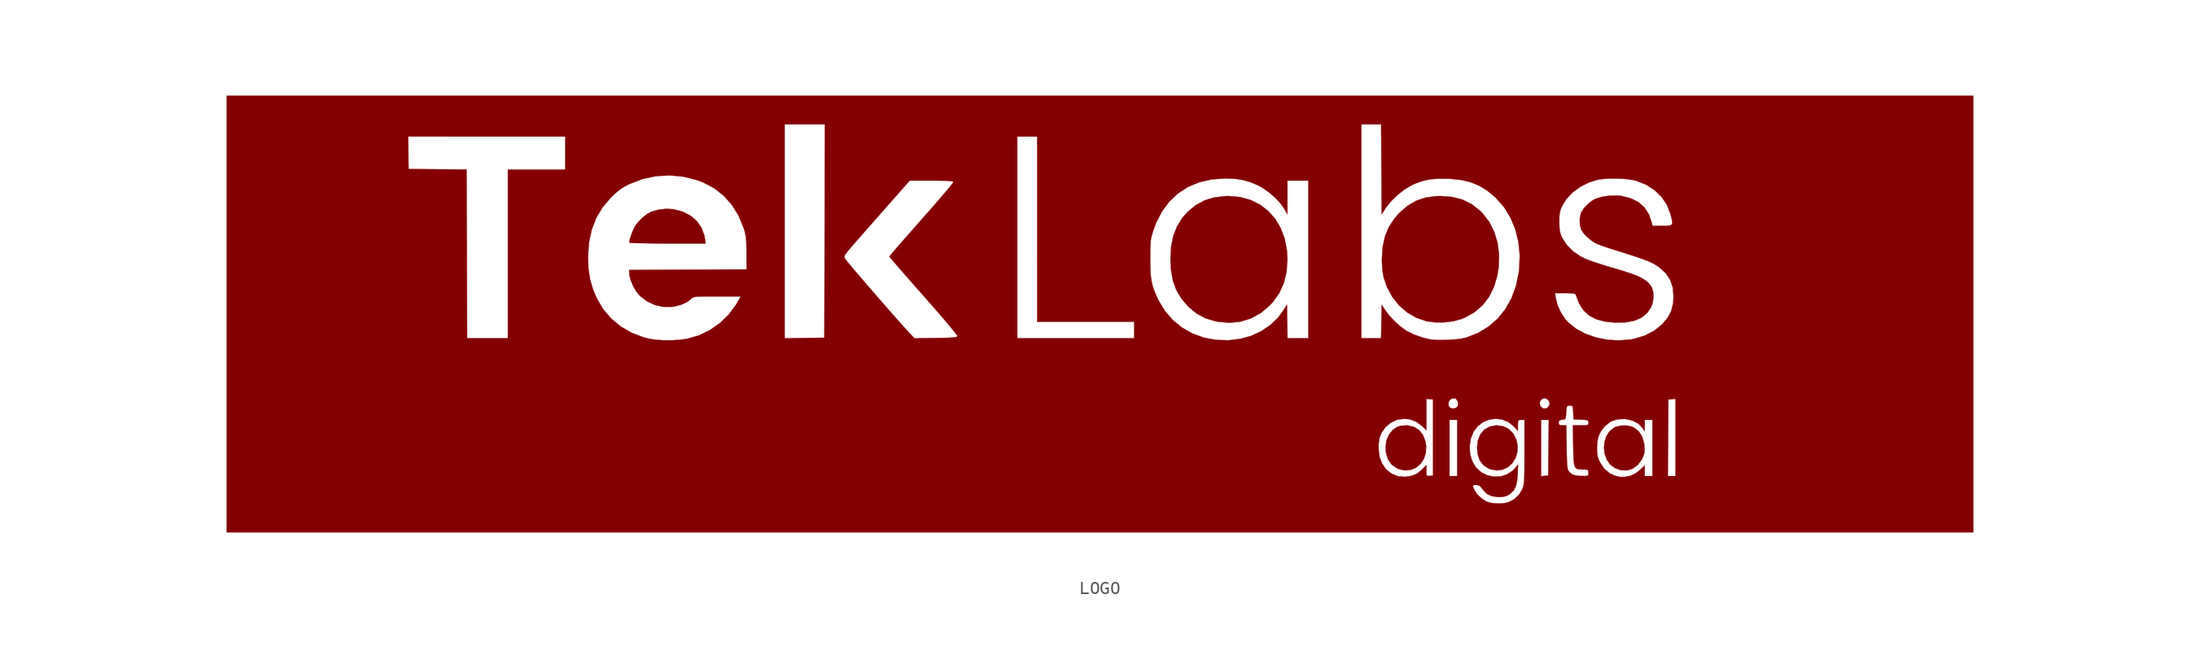
<source format=kicad_sym>
(kicad_symbol_lib
  (version 20210619)
  (generator bitmap2component)
  (symbol "LOGO"
    (pin_names
      (offset 1.016))
    (property "Reference" "#G"
      (at 0 16.129 0)
      (effects (font (size 1.27 1.27)) hide))
    (symbol "LOGO_0_0"
      (polyline (pts (xy 67.056 16.764) (xy -67.056 16.764) (xy -67.056 13.632) (xy -53.128 13.632) (xy -47.096 13.631) (xy -41.063 13.631) (xy -41.063 11.091) (xy -45.466 11.091) (xy -45.466 4.318) (xy -39.316 4.318) (xy -39.316 4.404) (xy -39.239 5.494) (xy -39.028 6.485) (xy -38.68 7.386) (xy -38.191 8.202) (xy -37.559 8.942) (xy -37.226 9.262) (xy -36.888 9.543) (xy -36.549 9.767) (xy -36.153 9.976) (xy -36.103 9.999) (xy -35.113 10.375) (xy -34.081 10.592) (xy -33.025 10.649) (xy -31.965 10.546) (xy -30.919 10.281) (xy -30.474 10.111) (xy -29.628 9.662) (xy -28.891 9.084) (xy -28.265 8.38) (xy -27.755 7.557) (xy -27.365 6.618) (xy -27.311 6.446) (xy -27.241 6.184) (xy -27.194 5.92) (xy -27.165 5.613) (xy -27.15 5.22) (xy -27.144 4.699) (xy -27.136 3.429) (xy -36.153 3.385) (xy -36.153 3.188) (xy -36.13 2.967) (xy -36.022 2.57) (xy -35.847 2.147) (xy -35.628 1.762) (xy -35.303 1.375) (xy -34.792 0.981) (xy -34.198 0.701) (xy -33.555 0.552) (xy -32.898 0.548) (xy -32.621 0.591) (xy -32.129 0.728) (xy -31.707 0.921) (xy -31.405 1.15) (xy -31.339 1.217) (xy -31.266 1.268) (xy -31.164 1.304) (xy -31.01 1.329) (xy -30.78 1.344) (xy -30.451 1.351) (xy -29.999 1.354) (xy -29.402 1.355) (xy -27.591 1.355) (xy -27.81 0.951) (xy -27.934 0.737) (xy -28.487 -0.018) (xy -29.163 -0.677) (xy -29.937 -1.222) (xy -30.785 -1.636) (xy -31.568 -1.866) (xy -24.215 -1.866) (xy -24.215 14.563) (xy -21.124 14.563) (xy 20.066 14.563) (xy 21.588 14.563) (xy 21.632 7.666) (xy 21.914 8.105) (xy 21.991 8.219) (xy 22.375 8.684) (xy 22.851 9.145) (xy 23.364 9.551) (xy 23.859 9.855) (xy 24.207 10.018) (xy 24.766 10.22) (xy 25.342 10.345) (xy 25.981 10.399) (xy 26.733 10.392) (xy 26.878 10.385) (xy 27.731 10.297) (xy 28.47 10.123) (xy 29.132 9.85) (xy 29.753 9.463) (xy 30.368 8.948) (xy 30.396 8.921) (xy 31.02 8.214) (xy 31.521 7.402) (xy 31.894 6.5) (xy 32.133 5.527) (xy 32.233 4.496) (xy 32.188 3.425) (xy 32.161 3.205) (xy 31.946 2.165) (xy 31.743 1.609) (xy 34.944 1.609) (xy 35.72 1.609) (xy 35.875 1.608) (xy 36.235 1.593) (xy 36.447 1.559) (xy 36.527 1.503) (xy 36.536 1.472) (xy 36.787 0.816) (xy 37.123 0.291) (xy 37.555 -0.11) (xy 38.096 -0.396) (xy 38.757 -0.576) (xy 39.55 -0.658) (xy 40.34 -0.642) (xy 41.007 -0.522) (xy 41.553 -0.293) (xy 41.984 0.047) (xy 42.306 0.5) (xy 42.431 0.832) (xy 42.499 1.259) (xy 42.484 1.676) (xy 42.383 2.015) (xy 42.316 2.134) (xy 42.146 2.359) (xy 41.921 2.561) (xy 41.623 2.75) (xy 41.234 2.935) (xy 40.734 3.125) (xy 40.105 3.33) (xy 39.329 3.559) (xy 38.91 3.682) (xy 38.379 3.848) (xy 37.889 4.011) (xy 37.481 4.158) (xy 37.195 4.275) (xy 36.905 4.424) (xy 36.322 4.824) (xy 35.843 5.301) (xy 35.502 5.825) (xy 35.482 5.866) (xy 35.373 6.122) (xy 35.309 6.367) (xy 35.277 6.66) (xy 35.268 7.063) (xy 35.267 7.14) (xy 35.276 7.521) (xy 35.309 7.803) (xy 35.377 8.048) (xy 35.491 8.317) (xy 35.826 8.853) (xy 36.303 9.351) (xy 36.886 9.776) (xy 37.546 10.107) (xy 38.252 10.321) (xy 38.399 10.347) (xy 38.876 10.393) (xy 39.433 10.409) (xy 40.009 10.396) (xy 40.542 10.354) (xy 40.971 10.284) (xy 41.218 10.218) (xy 41.959 9.92) (xy 42.604 9.502) (xy 43.138 8.978) (xy 43.545 8.361) (xy 43.81 7.666) (xy 43.895 7.335) (xy 43.947 7.056) (xy 43.921 6.889) (xy 43.799 6.806) (xy 43.559 6.777) (xy 43.182 6.773) (xy 42.421 6.773) (xy 42.37 7.006) (xy 42.157 7.64) (xy 41.817 8.171) (xy 41.355 8.586) (xy 40.772 8.883) (xy 40.069 9.062) (xy 39.731 9.096) (xy 39.137 9.086) (xy 38.554 9.002) (xy 38.056 8.853) (xy 37.788 8.703) (xy 37.456 8.439) (xy 37.162 8.132) (xy 36.966 7.838) (xy 36.918 7.719) (xy 36.842 7.315) (xy 36.85 6.879) (xy 36.944 6.495) (xy 37.114 6.226) (xy 37.39 5.93) (xy 37.726 5.65) (xy 38.075 5.431) (xy 38.272 5.346) (xy 38.593 5.226) (xy 38.988 5.09) (xy 39.412 4.955) (xy 39.92 4.798) (xy 40.621 4.577) (xy 41.191 4.39) (xy 41.648 4.232) (xy 42.012 4.094) (xy 42.301 3.969) (xy 42.536 3.852) (xy 42.734 3.733) (xy 42.973 3.568) (xy 43.456 3.124) (xy 43.788 2.62) (xy 43.981 2.037) (xy 44.043 1.355) (xy 44.014 0.848) (xy 43.872 0.252) (xy 43.596 -0.28) (xy 43.171 -0.785) (xy 42.573 -1.274) (xy 41.848 -1.653) (xy 41.014 -1.905) (xy 40.722 -1.959) (xy 39.842 -2.03) (xy 38.957 -1.976) (xy 38.098 -1.805) (xy 37.293 -1.524) (xy 36.574 -1.141) (xy 35.969 -0.663) (xy 35.711 -0.372) (xy 35.383 0.133) (xy 35.135 0.681) (xy 34.999 1.208) (xy 34.944 1.609) (xy 31.743 1.609) (xy 31.601 1.22) (xy 31.13 0.378) (xy 30.54 -0.354) (xy 29.836 -0.968) (xy 29.024 -1.458) (xy 28.109 -1.817) (xy 28.091 -1.822) (xy 27.733 -1.896) (xy 27.262 -1.951) (xy 26.733 -1.986) (xy 26.2 -1.998) (xy 25.717 -1.985) (xy 25.336 -1.944) (xy 24.787 -1.813) (xy 24.129 -1.583) (xy 23.552 -1.301) (xy 23.469 -1.251) (xy 23.05 -0.941) (xy 22.613 -0.546) (xy 22.215 -0.12) (xy 21.909 0.285) (xy 21.632 0.717) (xy 21.609 -0.573) (xy 21.585 -1.863) (xy 20.066 -1.863) (xy 20.066 14.563) (xy -21.124 14.563) (xy -21.127 13.631) (xy -6.35 13.631) (xy -4.826 13.631) (xy -4.826 4.276) (xy 3.857 4.276) (xy 3.858 4.719) (xy 3.865 5.143) (xy 3.88 5.467) (xy 3.91 5.728) (xy 3.958 5.965) (xy 4.029 6.216) (xy 4.128 6.519) (xy 4.301 6.983) (xy 4.752 7.868) (xy 5.314 8.629) (xy 5.983 9.26) (xy 6.753 9.759) (xy 7.617 10.12) (xy 8.57 10.34) (xy 9.605 10.414) (xy 9.763 10.413) (xy 10.432 10.379) (xy 11.012 10.286) (xy 11.566 10.122) (xy 12.155 9.873) (xy 12.45 9.714) (xy 12.947 9.37) (xy 13.428 8.956) (xy 13.843 8.515) (xy 14.147 8.089) (xy 14.392 7.662) (xy 14.393 8.954) (xy 14.393 10.245) (xy 16.002 10.245) (xy 16.002 -1.863) (xy 14.398 -1.863) (xy 14.374 -0.572) (xy 14.351 0.72) (xy 14.126 0.339) (xy 13.677 -0.276) (xy 13.082 -0.841) (xy 12.384 -1.315) (xy 11.612 -1.677) (xy 10.796 -1.907) (xy 9.86 -2.019) (xy 8.889 -1.988) (xy 7.962 -1.81) (xy 7.094 -1.492) (xy 6.298 -1.041) (xy 5.59 -0.464) (xy 4.986 0.233) (xy 4.498 1.043) (xy 4.371 1.308) (xy 4.179 1.752) (xy 4.04 2.162) (xy 3.947 2.579) (xy 3.89 3.044) (xy 3.863 3.595) (xy 3.857 4.276) (xy -4.826 4.276) (xy -4.826 -0.593) (xy 2.625 -0.593) (xy 2.625 -1.863) (xy -6.35 -1.863) (xy -6.35 13.631) (xy -21.127 13.631) (xy -21.145 6.371) (xy -21.149 4.408) (xy -19.637 4.408) (xy -19.619 4.47) (xy -19.57 4.558) (xy -19.48 4.684) (xy -19.342 4.859) (xy -19.146 5.094) (xy -18.882 5.4) (xy -18.543 5.788) (xy -18.119 6.27) (xy -17.602 6.858) (xy -16.981 7.561) (xy -14.616 10.245) (xy -12.822 10.245) (xy -12.262 10.242) (xy -11.849 10.235) (xy -11.562 10.22) (xy -11.382 10.199) (xy -11.288 10.168) (xy -11.261 10.127) (xy -11.285 10.083) (xy -11.408 9.921) (xy -11.624 9.655) (xy -11.924 9.299) (xy -12.294 8.867) (xy -12.724 8.37) (xy -13.202 7.824) (xy -13.716 7.242) (xy -14.064 6.85) (xy -14.554 6.294) (xy -15.001 5.785) (xy -15.392 5.337) (xy -15.716 4.963) (xy -15.961 4.676) (xy -16.117 4.489) (xy -16.171 4.415) (xy -16.124 4.35) (xy -15.975 4.17) (xy -15.734 3.889) (xy -15.413 3.517) (xy -15.023 3.07) (xy -14.575 2.558) (xy -14.079 1.996) (xy -13.548 1.395) (xy -13.056 0.836) (xy -12.558 0.266) (xy -12.108 -0.256) (xy -11.715 -0.718) (xy -11.392 -1.105) (xy -11.148 -1.406) (xy -10.996 -1.606) (xy -10.946 -1.693) (xy -10.95 -1.708) (xy -10.995 -1.749) (xy -11.105 -1.781) (xy -11.3 -1.804) (xy -11.601 -1.821) (xy -12.03 -1.833) (xy -12.607 -1.843) (xy -14.247 -1.866) (xy -14.553 -1.543) (xy -14.671 -1.417) (xy -14.951 -1.111) (xy -15.296 -0.726) (xy -15.694 -0.278) (xy -16.13 0.216) (xy -16.591 0.742) (xy -17.063 1.283) (xy -17.532 1.824) (xy -17.985 2.348) (xy -18.408 2.841) (xy -18.787 3.285) (xy -19.109 3.667) (xy -19.36 3.968) (xy -19.525 4.175) (xy -19.592 4.27) (xy -19.614 4.318) (xy -19.632 4.361) (xy -19.637 4.408) (xy -21.149 4.408) (xy -21.165 -1.82) (xy -22.69 -1.843) (xy -24.215 -1.866) (xy -31.568 -1.866) (xy -31.683 -1.9) (xy -31.702 -1.904) (xy -32.238 -1.978) (xy -32.858 -2.016) (xy -33.499 -2.016) (xy -34.1 -1.98) (xy -34.598 -1.905) (xy -35.031 -1.796) (xy -35.962 -1.445) (xy -36.799 -0.961) (xy -37.532 -0.353) (xy -38.149 0.371) (xy -38.64 1.203) (xy -38.934 1.893) (xy -39.154 2.642) (xy -39.278 3.432) (xy -39.316 4.318) (xy -45.466 4.318) (xy -45.466 -1.863) (xy -48.598 -1.863) (xy -48.619 4.619) (xy -48.641 11.1) (xy -50.867 11.117) (xy -53.092 11.134) (xy -53.11 12.383) (xy -53.128 13.632) (xy -67.056 13.632) (xy -67.056 -10.287) (xy 21.386 -10.287) (xy 21.393 -9.986) (xy 21.469 -9.489) (xy 21.639 -9.075) (xy 21.918 -8.696) (xy 22.299 -8.36) (xy 22.791 -8.125) (xy 23.349 -8.045) (xy 23.806 -8.089) (xy 24.297 -8.274) (xy 24.744 -8.615) (xy 25.061 -8.924) (xy 25.061 -6.509) (xy 25.318 -6.535) (xy 25.575 -6.562) (xy 25.575 -6.79) (xy 26.757 -6.79) (xy 26.86 -6.597) (xy 27.038 -6.477) (xy 27.266 -6.478) (xy 27.328 -6.509) (xy 27.455 -6.675) (xy 27.488 -6.822) (xy 33.76 -6.822) (xy 33.831 -6.629) (xy 33.98 -6.498) (xy 34.173 -6.463) (xy 34.374 -6.561) (xy 34.49 -6.703) (xy 34.533 -6.931) (xy 34.411 -7.148) (xy 34.25 -7.254) (xy 34.028 -7.257) (xy 33.838 -7.106) (xy 33.801 -7.043) (xy 33.76 -6.822) (xy 27.488 -6.822) (xy 27.506 -6.899) (xy 27.457 -7.104) (xy 27.438 -7.13) (xy 27.262 -7.239) (xy 27.04 -7.261) (xy 26.86 -7.183) (xy 26.757 -7.01) (xy 26.757 -6.79) (xy 25.575 -6.79) (xy 25.575 -8.128) (xy 26.839 -8.128) (xy 27.432 -8.128) (xy 27.432 -10.156) (xy 28.381 -10.156) (xy 28.469 -9.569) (xy 28.688 -9.027) (xy 29.006 -8.609) (xy 29.422 -8.296) (xy 29.898 -8.105) (xy 30.403 -8.04) (xy 30.906 -8.105) (xy 31.378 -8.304) (xy 31.787 -8.641) (xy 32.089 -8.975) (xy 32.089 -8.552) (xy 32.092 -8.342) (xy 32.117 -8.194) (xy 32.192 -8.137) (xy 32.343 -8.128) (xy 32.597 -8.128) (xy 32.596 -10.604) (xy 32.596 -10.742) (xy 32.595 -11.428) (xy 32.592 -11.97) (xy 32.586 -12.388) (xy 32.584 -12.457) (xy 33.867 -12.457) (xy 33.867 -8.128) (xy 34.462 -8.128) (xy 34.46 -8.345) (xy 35.221 -8.345) (xy 35.229 -8.253) (xy 35.303 -8.153) (xy 35.496 -8.112) (xy 35.555 -8.106) (xy 35.681 -8.079) (xy 35.748 -8.006) (xy 35.78 -7.845) (xy 35.797 -7.556) (xy 35.801 -7.463) (xy 35.82 -7.214) (xy 35.858 -7.084) (xy 35.934 -7.035) (xy 36.068 -7.027) (xy 36.111 -7.027) (xy 36.228 -7.043) (xy 36.291 -7.11) (xy 36.322 -7.268) (xy 36.339 -7.556) (xy 36.364 -8.086) (xy 36.936 -8.111) (xy 37.034 -8.115) (xy 37.297 -8.134) (xy 37.439 -8.168) (xy 37.496 -8.233) (xy 37.507 -8.344) (xy 37.506 -8.399) (xy 37.482 -8.485) (xy 37.4 -8.53) (xy 37.221 -8.548) (xy 36.909 -8.551) (xy 36.312 -8.551) (xy 36.338 -10.125) (xy 36.34 -10.255) (xy 38.161 -10.255) (xy 38.18 -9.876) (xy 38.27 -9.413) (xy 38.451 -9.019) (xy 38.742 -8.639) (xy 38.783 -8.596) (xy 39.206 -8.266) (xy 39.705 -8.088) (xy 40.282 -8.058) (xy 40.354 -8.065) (xy 40.885 -8.18) (xy 41.321 -8.402) (xy 41.635 -8.719) (xy 41.825 -9) (xy 41.825 -8.128) (xy 42.418 -8.128) (xy 42.418 -12.446) (xy 43.601 -12.446) (xy 43.623 -9.504) (xy 43.646 -6.562) (xy 44.196 -6.509) (xy 44.196 -12.446) (xy 43.601 -12.446) (xy 42.418 -12.446) (xy 41.825 -12.446) (xy 41.825 -11.628) (xy 41.456 -11.982) (xy 41.13 -12.241) (xy 40.699 -12.433) (xy 40.279 -12.512) (xy 39.899 -12.508) (xy 39.518 -12.41) (xy 39.137 -12.229) (xy 38.711 -11.87) (xy 38.387 -11.377) (xy 38.303 -11.195) (xy 38.211 -10.924) (xy 38.168 -10.635) (xy 38.161 -10.255) (xy 36.34 -10.255) (xy 36.349 -10.704) (xy 36.367 -11.158) (xy 36.4 -11.484) (xy 36.456 -11.704) (xy 36.546 -11.838) (xy 36.677 -11.908) (xy 36.859 -11.934) (xy 37.1 -11.938) (xy 37.285 -11.94) (xy 37.438 -11.965) (xy 37.497 -12.039) (xy 37.507 -12.192) (xy 37.507 -12.217) (xy 37.497 -12.349) (xy 37.439 -12.416) (xy 37.294 -12.44) (xy 37.02 -12.441) (xy 36.757 -12.431) (xy 36.446 -12.384) (xy 36.219 -12.282) (xy 36.026 -12.109) (xy 36.025 -12.107) (xy 35.967 -12.03) (xy 35.923 -11.931) (xy 35.891 -11.784) (xy 35.868 -11.565) (xy 35.852 -11.251) (xy 35.84 -10.816) (xy 35.83 -10.236) (xy 35.804 -8.551) (xy 35.513 -8.551) (xy 35.349 -8.542) (xy 35.245 -8.486) (xy 35.221 -8.345) (xy 34.46 -8.345) (xy 34.417 -12.404) (xy 34.142 -12.43) (xy 33.867 -12.457) (xy 32.584 -12.457) (xy 32.575 -12.705) (xy 32.557 -12.942) (xy 32.532 -13.12) (xy 32.497 -13.261) (xy 32.451 -13.385) (xy 32.393 -13.514) (xy 32.2 -13.84) (xy 31.819 -14.219) (xy 31.335 -14.466) (xy 31.038 -14.53) (xy 30.599 -14.555) (xy 30.149 -14.524) (xy 29.771 -14.438) (xy 29.623 -14.374) (xy 29.263 -14.134) (xy 28.946 -13.82) (xy 28.734 -13.486) (xy 28.66 -13.308) (xy 28.633 -13.178) (xy 28.705 -13.131) (xy 28.892 -13.127) (xy 28.98 -13.132) (xy 29.175 -13.205) (xy 29.337 -13.399) (xy 29.398 -13.49) (xy 29.713 -13.811) (xy 30.108 -13.996) (xy 30.607 -14.055) (xy 30.91 -14.042) (xy 31.184 -13.984) (xy 31.415 -13.864) (xy 31.52 -13.788) (xy 31.765 -13.546) (xy 31.928 -13.245) (xy 32.024 -12.85) (xy 32.069 -12.324) (xy 32.101 -11.557) (xy 31.875 -11.835) (xy 31.685 -12.033) (xy 31.255 -12.315) (xy 30.767 -12.467) (xy 30.252 -12.491) (xy 29.744 -12.386) (xy 29.274 -12.153) (xy 28.877 -11.792) (xy 28.865 -11.778) (xy 28.581 -11.302) (xy 28.419 -10.748) (xy 28.381 -10.156) (xy 27.432 -10.156) (xy 27.432 -12.446) (xy 26.839 -12.446) (xy 26.839 -8.128) (xy 25.575 -8.128) (xy 25.575 -12.404) (xy 25.318 -12.43) (xy 25.182 -12.439) (xy 25.097 -12.404) (xy 25.066 -12.281) (xy 25.061 -12.03) (xy 25.061 -11.604) (xy 24.697 -11.968) (xy 24.332 -12.265) (xy 23.939 -12.432) (xy 23.41 -12.508) (xy 22.856 -12.451) (xy 22.368 -12.252) (xy 21.963 -11.924) (xy 21.655 -11.479) (xy 21.457 -10.929) (xy 21.386 -10.287) (xy -67.056 -10.287) (xy -67.056 -16.764) (xy 67.056 -16.764) (xy 67.056 16.764)) (stroke (width 0.01)) (fill (type outline)))
      (polyline (pts (xy 30.933 -11.945) (xy 31.334 -11.752) (xy 31.668 -11.448) (xy 31.914 -11.05) (xy 32.052 -10.577) (xy 32.058 -10.045) (xy 31.972 -9.65) (xy 31.746 -9.195) (xy 31.411 -8.849) (xy 30.985 -8.628) (xy 30.485 -8.551) (xy 30.418 -8.553) (xy 29.925 -8.644) (xy 29.519 -8.873) (xy 29.215 -9.225) (xy 29.023 -9.686) (xy 28.956 -10.243) (xy 29.001 -10.769) (xy 29.16 -11.24) (xy 29.44 -11.601) (xy 29.845 -11.863) (xy 30.016 -11.931) (xy 30.486 -12.011) (xy 30.933 -11.945)) (stroke (width 0.01)) (fill (type outline)))
      (polyline (pts (xy 23.852 -11.97) (xy 24.261 -11.799) (xy 24.606 -11.512) (xy 24.866 -11.127) (xy 25.02 -10.661) (xy 25.044 -10.129) (xy 24.994 -9.803) (xy 24.809 -9.306) (xy 24.512 -8.924) (xy 24.115 -8.671) (xy 23.633 -8.554) (xy 23.079 -8.587) (xy 22.826 -8.667) (xy 22.468 -8.91) (xy 22.185 -9.268) (xy 21.999 -9.712) (xy 21.93 -10.211) (xy 21.961 -10.643) (xy 22.113 -11.155) (xy 22.392 -11.556) (xy 22.796 -11.844) (xy 22.929 -11.903) (xy 23.401 -12.011) (xy 23.852 -11.97)) (stroke (width 0.01)) (fill (type outline)))
      (polyline (pts (xy 40.908 -11.871) (xy 41.295 -11.589) (xy 41.599 -11.17) (xy 41.711 -10.944) (xy 41.79 -10.713) (xy 41.815 -10.468) (xy 41.802 -10.131) (xy 41.783 -9.947) (xy 41.638 -9.422) (xy 41.369 -9.007) (xy 40.98 -8.708) (xy 40.828 -8.643) (xy 40.423 -8.563) (xy 39.986 -8.57) (xy 39.596 -8.667) (xy 39.477 -8.724) (xy 39.134 -8.998) (xy 38.89 -9.369) (xy 38.745 -9.804) (xy 38.7 -10.272) (xy 38.756 -10.74) (xy 38.913 -11.176) (xy 39.172 -11.549) (xy 39.533 -11.826) (xy 39.991 -11.991) (xy 40.466 -12.008) (xy 40.908 -11.871)) (stroke (width 0.01)) (fill (type outline)))
      (polyline (pts (xy -30.341 5.807) (xy -30.387 6.055) (xy -30.61 6.644) (xy -30.969 7.15) (xy -31.454 7.56) (xy -32.049 7.863) (xy -32.742 8.046) (xy -33.308 8.079) (xy -33.923 8.01) (xy -34.479 7.846) (xy -34.757 7.692) (xy -35.107 7.419) (xy -35.438 7.094) (xy -35.692 6.766) (xy -35.795 6.569) (xy -35.92 6.276) (xy -36.035 5.959) (xy -36.12 5.676) (xy -36.153 5.488) (xy -36.095 5.474) (xy -35.887 5.459) (xy -35.544 5.446) (xy -35.087 5.435) (xy -34.535 5.426) (xy -33.906 5.421) (xy -33.22 5.419) (xy -30.288 5.419) (xy -30.341 5.807)) (stroke (width 0.01)) (fill (type outline)))
      (polyline (pts (xy 10.798 -0.582) (xy 11.594 -0.334) (xy 12.332 0.07) (xy 13.004 0.628) (xy 13.3 0.95) (xy 13.784 1.64) (xy 14.124 2.403) (xy 14.325 3.249) (xy 14.39 4.191) (xy 14.35 4.907) (xy 14.177 5.798) (xy 13.873 6.603) (xy 13.451 7.312) (xy 12.918 7.915) (xy 12.283 8.401) (xy 11.558 8.76) (xy 10.75 8.983) (xy 9.869 9.058) (xy 9.614 9.053) (xy 8.767 8.954) (xy 8.014 8.722) (xy 7.339 8.352) (xy 6.725 7.838) (xy 6.324 7.383) (xy 5.914 6.732) (xy 5.63 6.002) (xy 5.464 5.175) (xy 5.41 4.233) (xy 5.453 3.376) (xy 5.601 2.56) (xy 5.864 1.839) (xy 6.25 1.188) (xy 6.767 0.586) (xy 6.833 0.52) (xy 7.438 0.027) (xy 8.092 -0.323) (xy 8.837 -0.551) (xy 9.07 -0.596) (xy 9.954 -0.67) (xy 10.798 -0.582)) (stroke (width 0.01)) (fill (type outline)))
      (polyline (pts (xy 26.413 -0.64) (xy 27.105 -0.557) (xy 27.718 -0.395) (xy 28.024 -0.272) (xy 28.762 0.141) (xy 29.381 0.675) (xy 29.88 1.328) (xy 30.259 2.098) (xy 30.515 2.985) (xy 30.613 3.606) (xy 30.643 4.548) (xy 30.53 5.451) (xy 30.278 6.296) (xy 29.892 7.064) (xy 29.376 7.737) (xy 29.177 7.938) (xy 28.541 8.435) (xy 27.834 8.785) (xy 27.044 8.991) (xy 26.162 9.059) (xy 25.78 9.049) (xy 24.985 8.938) (xy 24.278 8.7) (xy 23.632 8.324) (xy 23.02 7.798) (xy 22.623 7.355) (xy 22.187 6.694) (xy 21.885 5.968) (xy 21.708 5.155) (xy 21.648 4.233) (xy 21.652 3.928) (xy 21.697 3.301) (xy 21.788 2.794) (xy 22.043 2.054) (xy 22.451 1.302) (xy 22.974 0.651) (xy 23.596 0.114) (xy 24.305 -0.293) (xy 25.084 -0.555) (xy 25.713 -0.641) (xy 26.413 -0.64)) (stroke (width 0.01)) (fill (type outline))))))
</source>
